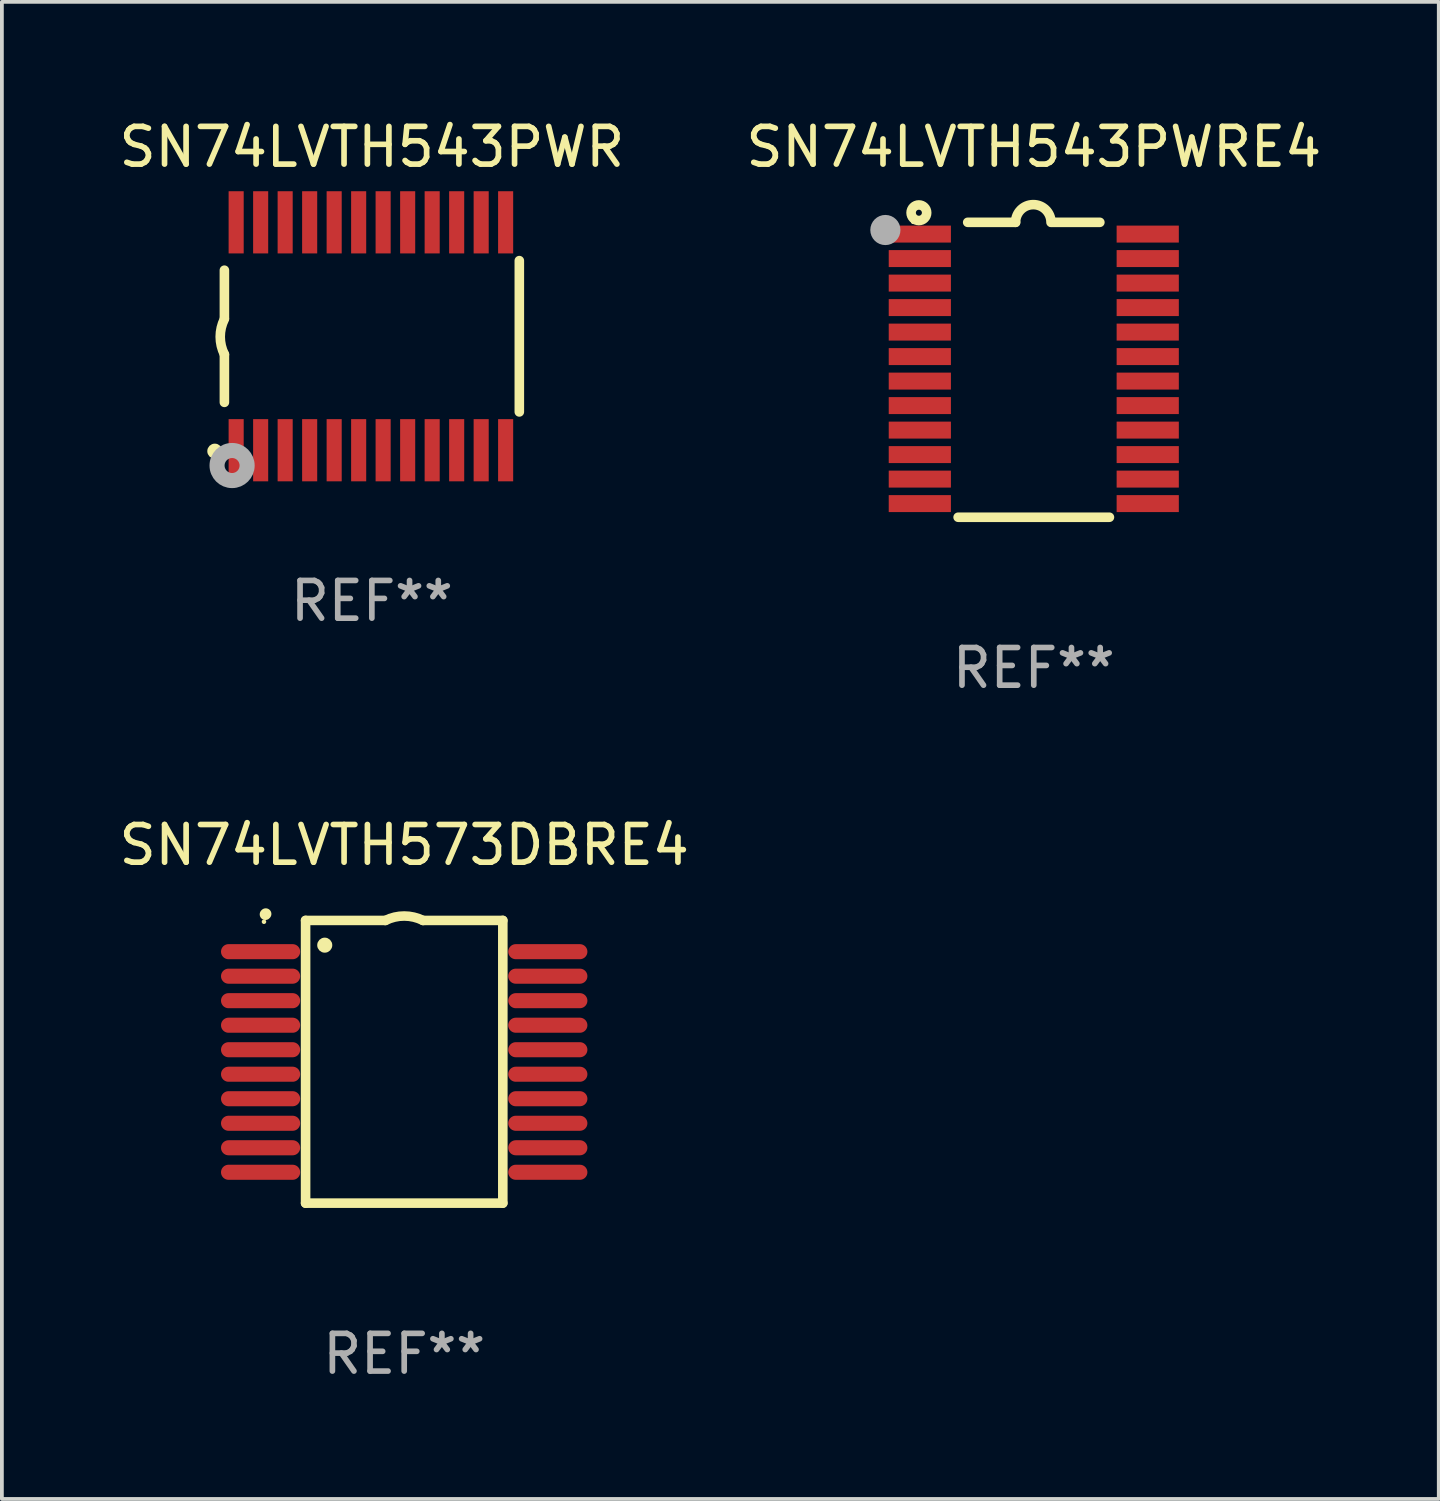
<source format=kicad_pcb>
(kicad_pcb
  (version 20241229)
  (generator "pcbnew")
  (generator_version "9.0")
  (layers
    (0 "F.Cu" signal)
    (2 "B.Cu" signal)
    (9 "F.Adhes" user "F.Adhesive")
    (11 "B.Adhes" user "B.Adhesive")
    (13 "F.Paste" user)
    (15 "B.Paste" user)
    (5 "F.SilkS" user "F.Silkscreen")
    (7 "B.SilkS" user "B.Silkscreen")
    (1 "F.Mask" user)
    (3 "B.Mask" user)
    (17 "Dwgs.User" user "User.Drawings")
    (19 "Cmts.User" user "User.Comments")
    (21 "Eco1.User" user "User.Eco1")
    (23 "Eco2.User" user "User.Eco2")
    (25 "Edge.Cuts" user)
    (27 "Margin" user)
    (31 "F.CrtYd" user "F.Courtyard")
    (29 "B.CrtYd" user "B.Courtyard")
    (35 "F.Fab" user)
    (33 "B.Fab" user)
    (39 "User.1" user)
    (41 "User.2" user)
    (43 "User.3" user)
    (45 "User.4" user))
  (footprint "SN74LVTH543PWR"
    (layer "F.Cu")
    (at 6.815 5.871)
    (property "Reference" "SN74LVTH543PWR" (at 0 -5.023 0) (layer "F.SilkS") (effects (font (size 1 1) (thickness 0.15))))
    (attr through_hole)
    (fp_line (start -3.912 -0.483) (end -3.912 -1.753) (stroke (width 0.254) (type solid)) (layer "F.SilkS"))
    (fp_line (start -3.912 1.753) (end -3.912 0.483) (stroke (width 0.254) (type solid)) (layer "F.SilkS"))
    (fp_line (start 3.912 -2.007) (end 3.912 2.007) (stroke (width 0.254) (type solid)) (layer "F.SilkS"))
    (fp_arc (start -3.911608 0.482601) (mid -4.022537 0.0127) (end -3.911608 -0.457201) (stroke (width 0.254001) (type solid)) (layer "F.SilkS"))
    (fp_circle (center -4.166 3.048) (end -4.066 3.048) (stroke (width 0.2) (type solid)) (fill no) (layer "F.SilkS"))
    (fp_circle (center -3.925 3.186) (end -3.895 3.186) (stroke (width 0.06) (type solid)) (fill no) (layer "F.SilkS"))
    (fp_circle (center -3.708 3.429) (end -3.509 3.429) (stroke (width 0.4) (type solid)) (fill no) (layer "F.Fab"))
    (fp_text user "REF**" (at 0 7.023 0) (layer "F.Fab") (effects (font (size 1 1) (thickness 0.15))))
    (pad "1" smd rect (at -3.6 3.023) (size 0.4 1.65) (layers "F.Cu" "F.Mask" "F.Paste"))
    (pad "2" smd rect (at -2.95 3.023) (size 0.4 1.65) (layers "F.Cu" "F.Mask" "F.Paste"))
    (pad "3" smd rect (at -2.3 3.023) (size 0.4 1.65) (layers "F.Cu" "F.Mask" "F.Paste"))
    (pad "4" smd rect (at -1.65 3.023) (size 0.4 1.65) (layers "F.Cu" "F.Mask" "F.Paste"))
    (pad "5" smd rect (at -1 3.023) (size 0.4 1.65) (layers "F.Cu" "F.Mask" "F.Paste"))
    (pad "6" smd rect (at -0.35 3.023) (size 0.4 1.65) (layers "F.Cu" "F.Mask" "F.Paste"))
    (pad "7" smd rect (at 0.299 3.023) (size 0.4 1.65) (layers "F.Cu" "F.Mask" "F.Paste"))
    (pad "8" smd rect (at 0.95 3.023) (size 0.4 1.65) (layers "F.Cu" "F.Mask" "F.Paste"))
    (pad "9" smd rect (at 1.6 3.023) (size 0.4 1.65) (layers "F.Cu" "F.Mask" "F.Paste"))
    (pad "10" smd rect (at 2.25 3.023) (size 0.4 1.65) (layers "F.Cu" "F.Mask" "F.Paste"))
    (pad "11" smd rect (at 2.9 3.023) (size 0.4 1.65) (layers "F.Cu" "F.Mask" "F.Paste"))
    (pad "12" smd rect (at 3.549 3.023) (size 0.4 1.65) (layers "F.Cu" "F.Mask" "F.Paste"))
    (pad "13" smd rect (at 3.549 -3.023) (size 0.4 1.65) (layers "F.Cu" "F.Mask" "F.Paste"))
    (pad "14" smd rect (at 2.9 -3.023) (size 0.4 1.65) (layers "F.Cu" "F.Mask" "F.Paste"))
    (pad "15" smd rect (at 2.25 -3.023) (size 0.4 1.65) (layers "F.Cu" "F.Mask" "F.Paste"))
    (pad "16" smd rect (at 1.6 -3.023) (size 0.4 1.65) (layers "F.Cu" "F.Mask" "F.Paste"))
    (pad "17" smd rect (at 0.95 -3.023) (size 0.4 1.65) (layers "F.Cu" "F.Mask" "F.Paste"))
    (pad "18" smd rect (at 0.299 -3.023) (size 0.4 1.65) (layers "F.Cu" "F.Mask" "F.Paste"))
    (pad "19" smd rect (at -0.35 -3.023) (size 0.4 1.65) (layers "F.Cu" "F.Mask" "F.Paste"))
    (pad "20" smd rect (at -1 -3.023) (size 0.4 1.65) (layers "F.Cu" "F.Mask" "F.Paste"))
    (pad "21" smd rect (at -1.65 -3.023) (size 0.4 1.65) (layers "F.Cu" "F.Mask" "F.Paste"))
    (pad "22" smd rect (at -2.3 -3.023) (size 0.4 1.65) (layers "F.Cu" "F.Mask" "F.Paste"))
    (pad "23" smd rect (at -2.95 -3.023) (size 0.4 1.65) (layers "F.Cu" "F.Mask" "F.Paste"))
    (pad "24" smd rect (at -3.6 -3.023) (size 0.4 1.65) (layers "F.Cu" "F.Mask" "F.Paste")))
  (footprint "SN74LVTH543PWRE4"
    (layer "F.Cu")
    (at 24.375 6.76)
    (property "Reference" "SN74LVTH543PWRE4" (at 0 -5.912 0) (layer "F.SilkS") (effects (font (size 1 1) (thickness 0.15))))
    (attr through_hole)
    (fp_line (start -1.753 -3.912) (end -0.483 -3.912) (stroke (width 0.254) (type solid)) (layer "F.SilkS"))
    (fp_line (start 0.483 -3.912) (end 1.753 -3.912) (stroke (width 0.254) (type solid)) (layer "F.SilkS"))
    (fp_line (start 2.007 3.912) (end -2.007 3.912) (stroke (width 0.254) (type solid)) (layer "F.SilkS"))
    (fp_arc (start -0.482626 -3.911608) (mid -0.012725 -4.381509) (end 0.457176 -3.911608) (stroke (width 0.254001) (type solid)) (layer "F.SilkS"))
    (fp_circle (center -3.2 -3.925) (end -3.17 -3.925) (stroke (width 0.06) (type solid)) (fill no) (layer "F.SilkS"))
    (fp_circle (center -3.048 -4.166) (end -2.968 -4.166) (stroke (width 0.254) (type solid)) (fill no) (layer "F.SilkS"))
    (fp_circle (center -3.937 -3.708) (end -3.737 -3.708) (stroke (width 0.4) (type solid)) (fill no) (layer "F.Fab"))
    (fp_text user "REF**" (at 0 7.912 0) (layer "F.Fab") (effects (font (size 1 1) (thickness 0.15))))
    (pad "1" smd rect (at -3.023 -3.6) (size 1.65 0.45) (layers "F.Cu" "F.Mask" "F.Paste"))
    (pad "2" smd rect (at -3.023 -2.95) (size 1.65 0.45) (layers "F.Cu" "F.Mask" "F.Paste"))
    (pad "3" smd rect (at -3.023 -2.3) (size 1.65 0.45) (layers "F.Cu" "F.Mask" "F.Paste"))
    (pad "4" smd rect (at -3.023 -1.65) (size 1.65 0.45) (layers "F.Cu" "F.Mask" "F.Paste"))
    (pad "5" smd rect (at -3.023 -1) (size 1.65 0.45) (layers "F.Cu" "F.Mask" "F.Paste"))
    (pad "6" smd rect (at -3.023 -0.35) (size 1.65 0.45) (layers "F.Cu" "F.Mask" "F.Paste"))
    (pad "7" smd rect (at -3.023 0.3) (size 1.65 0.45) (layers "F.Cu" "F.Mask" "F.Paste"))
    (pad "8" smd rect (at -3.023 0.95) (size 1.65 0.45) (layers "F.Cu" "F.Mask" "F.Paste"))
    (pad "9" smd rect (at -3.023 1.6) (size 1.65 0.45) (layers "F.Cu" "F.Mask" "F.Paste"))
    (pad "10" smd rect (at -3.023 2.25) (size 1.65 0.45) (layers "F.Cu" "F.Mask" "F.Paste"))
    (pad "11" smd rect (at -3.023 2.9) (size 1.65 0.45) (layers "F.Cu" "F.Mask" "F.Paste"))
    (pad "12" smd rect (at -3.023 3.55) (size 1.65 0.45) (layers "F.Cu" "F.Mask" "F.Paste"))
    (pad "13" smd rect (at 3.023 3.55) (size 1.65 0.45) (layers "F.Cu" "F.Mask" "F.Paste"))
    (pad "14" smd rect (at 3.023 2.9) (size 1.65 0.45) (layers "F.Cu" "F.Mask" "F.Paste"))
    (pad "15" smd rect (at 3.023 2.25) (size 1.65 0.45) (layers "F.Cu" "F.Mask" "F.Paste"))
    (pad "16" smd rect (at 3.023 1.6) (size 1.65 0.45) (layers "F.Cu" "F.Mask" "F.Paste"))
    (pad "17" smd rect (at 3.023 0.95) (size 1.65 0.45) (layers "F.Cu" "F.Mask" "F.Paste"))
    (pad "18" smd rect (at 3.023 0.3) (size 1.65 0.45) (layers "F.Cu" "F.Mask" "F.Paste"))
    (pad "19" smd rect (at 3.023 -0.35) (size 1.65 0.45) (layers "F.Cu" "F.Mask" "F.Paste"))
    (pad "20" smd rect (at 3.023 -1) (size 1.65 0.45) (layers "F.Cu" "F.Mask" "F.Paste"))
    (pad "21" smd rect (at 3.023 -1.65) (size 1.65 0.45) (layers "F.Cu" "F.Mask" "F.Paste"))
    (pad "22" smd rect (at 3.023 -2.3) (size 1.65 0.45) (layers "F.Cu" "F.Mask" "F.Paste"))
    (pad "23" smd rect (at 3.023 -2.95) (size 1.65 0.45) (layers "F.Cu" "F.Mask" "F.Paste"))
    (pad "24" smd rect (at 3.023 -3.6) (size 1.65 0.45) (layers "F.Cu" "F.Mask" "F.Paste")))
  (footprint "SN74LVTH573DBRE4"
    (layer "F.Cu")
    (at 7.673 25.118)
    (property "Reference" "SN74LVTH573DBRE4" (at 0 -5.75 0) (layer "F.SilkS") (effects (font (size 1 1) (thickness 0.15))))
    (attr through_hole)
    (fp_line (start -2.616 -3.75) (end -0.5 -3.75) (stroke (width 0.254) (type solid)) (layer "F.SilkS"))
    (fp_line (start -2.616 3.75) (end -2.616 -3.75) (stroke (width 0.254) (type solid)) (layer "F.SilkS"))
    (fp_line (start 0.5 -3.75) (end 2.616 -3.75) (stroke (width 0.254) (type solid)) (layer "F.SilkS"))
    (fp_line (start 2.616 -3.75) (end 2.616 3.75) (stroke (width 0.254) (type solid)) (layer "F.SilkS"))
    (fp_line (start 2.616 3.75) (end -2.616 3.75) (stroke (width 0.254) (type solid)) (layer "F.SilkS"))
    (fp_arc (start -3.683109 -3.911608) (mid -3.678201 -3.91686) (end -3.672949 -3.921768) (stroke (width 0.3) (type solid)) (layer "F.SilkS"))
    (fp_arc (start -0.500483 -3.749047) (mid -0.000102 -3.867211) (end 0.500279 -3.749047) (stroke (width 0.254001) (type solid)) (layer "F.SilkS"))
    (fp_circle (center -3.72 -3.715) (end -3.69 -3.715) (stroke (width 0.06) (type solid)) (fill no) (layer "F.SilkS"))
    (fp_circle (center -2.108 -3.094) (end -2.008 -3.094) (stroke (width 0.2) (type solid)) (fill no) (layer "F.SilkS"))
    (fp_text user "REF**" (at 0 7.75 0) (layer "F.Fab") (effects (font (size 1 1) (thickness 0.15))))
    (pad "1" smd oval (at -3.81 -2.921 90) (size 0.4 2.1) (layers "F.Cu" "F.Mask" "F.Paste"))
    (pad "2" smd oval (at -3.81 -2.271 90) (size 0.4 2.1) (layers "F.Cu" "F.Mask" "F.Paste"))
    (pad "3" smd oval (at -3.81 -1.621 90) (size 0.4 2.1) (layers "F.Cu" "F.Mask" "F.Paste"))
    (pad "4" smd oval (at -3.81 -0.97 90) (size 0.4 2.1) (layers "F.Cu" "F.Mask" "F.Paste"))
    (pad "5" smd oval (at -3.81 -0.32 90) (size 0.4 2.1) (layers "F.Cu" "F.Mask" "F.Paste"))
    (pad "6" smd oval (at -3.81 0.33 90) (size 0.4 2.1) (layers "F.Cu" "F.Mask" "F.Paste"))
    (pad "7" smd oval (at -3.81 0.98 90) (size 0.4 2.1) (layers "F.Cu" "F.Mask" "F.Paste"))
    (pad "8" smd oval (at -3.81 1.631 90) (size 0.4 2.1) (layers "F.Cu" "F.Mask" "F.Paste"))
    (pad "9" smd oval (at -3.81 2.281 90) (size 0.4 2.1) (layers "F.Cu" "F.Mask" "F.Paste"))
    (pad "10" smd oval (at -3.81 2.931 90) (size 0.4 2.1) (layers "F.Cu" "F.Mask" "F.Paste"))
    (pad "11" smd oval (at 3.81 2.931 90) (size 0.4 2.1) (layers "F.Cu" "F.Mask" "F.Paste"))
    (pad "12" smd oval (at 3.81 2.281 90) (size 0.4 2.1) (layers "F.Cu" "F.Mask" "F.Paste"))
    (pad "13" smd oval (at 3.81 1.631 90) (size 0.4 2.1) (layers "F.Cu" "F.Mask" "F.Paste"))
    (pad "14" smd oval (at 3.81 0.98 90) (size 0.4 2.1) (layers "F.Cu" "F.Mask" "F.Paste"))
    (pad "15" smd oval (at 3.81 0.33 90) (size 0.4 2.1) (layers "F.Cu" "F.Mask" "F.Paste"))
    (pad "16" smd oval (at 3.81 -0.32 90) (size 0.4 2.1) (layers "F.Cu" "F.Mask" "F.Paste"))
    (pad "17" smd oval (at 3.81 -0.97 90) (size 0.4 2.1) (layers "F.Cu" "F.Mask" "F.Paste"))
    (pad "18" smd oval (at 3.81 -1.621 90) (size 0.4 2.1) (layers "F.Cu" "F.Mask" "F.Paste"))
    (pad "19" smd oval (at 3.81 -2.271 90) (size 0.4 2.1) (layers "F.Cu" "F.Mask" "F.Paste"))
    (pad "20" smd oval (at 3.81 -2.921 90) (size 0.4 2.1) (layers "F.Cu" "F.Mask" "F.Paste")))
  (gr_rect
    (start -3 -3)
    (end 35.119 36.716)
    (stroke (width 0.1) (type default))
    (fill no)
    (layer "Edge.Cuts")))
</source>
